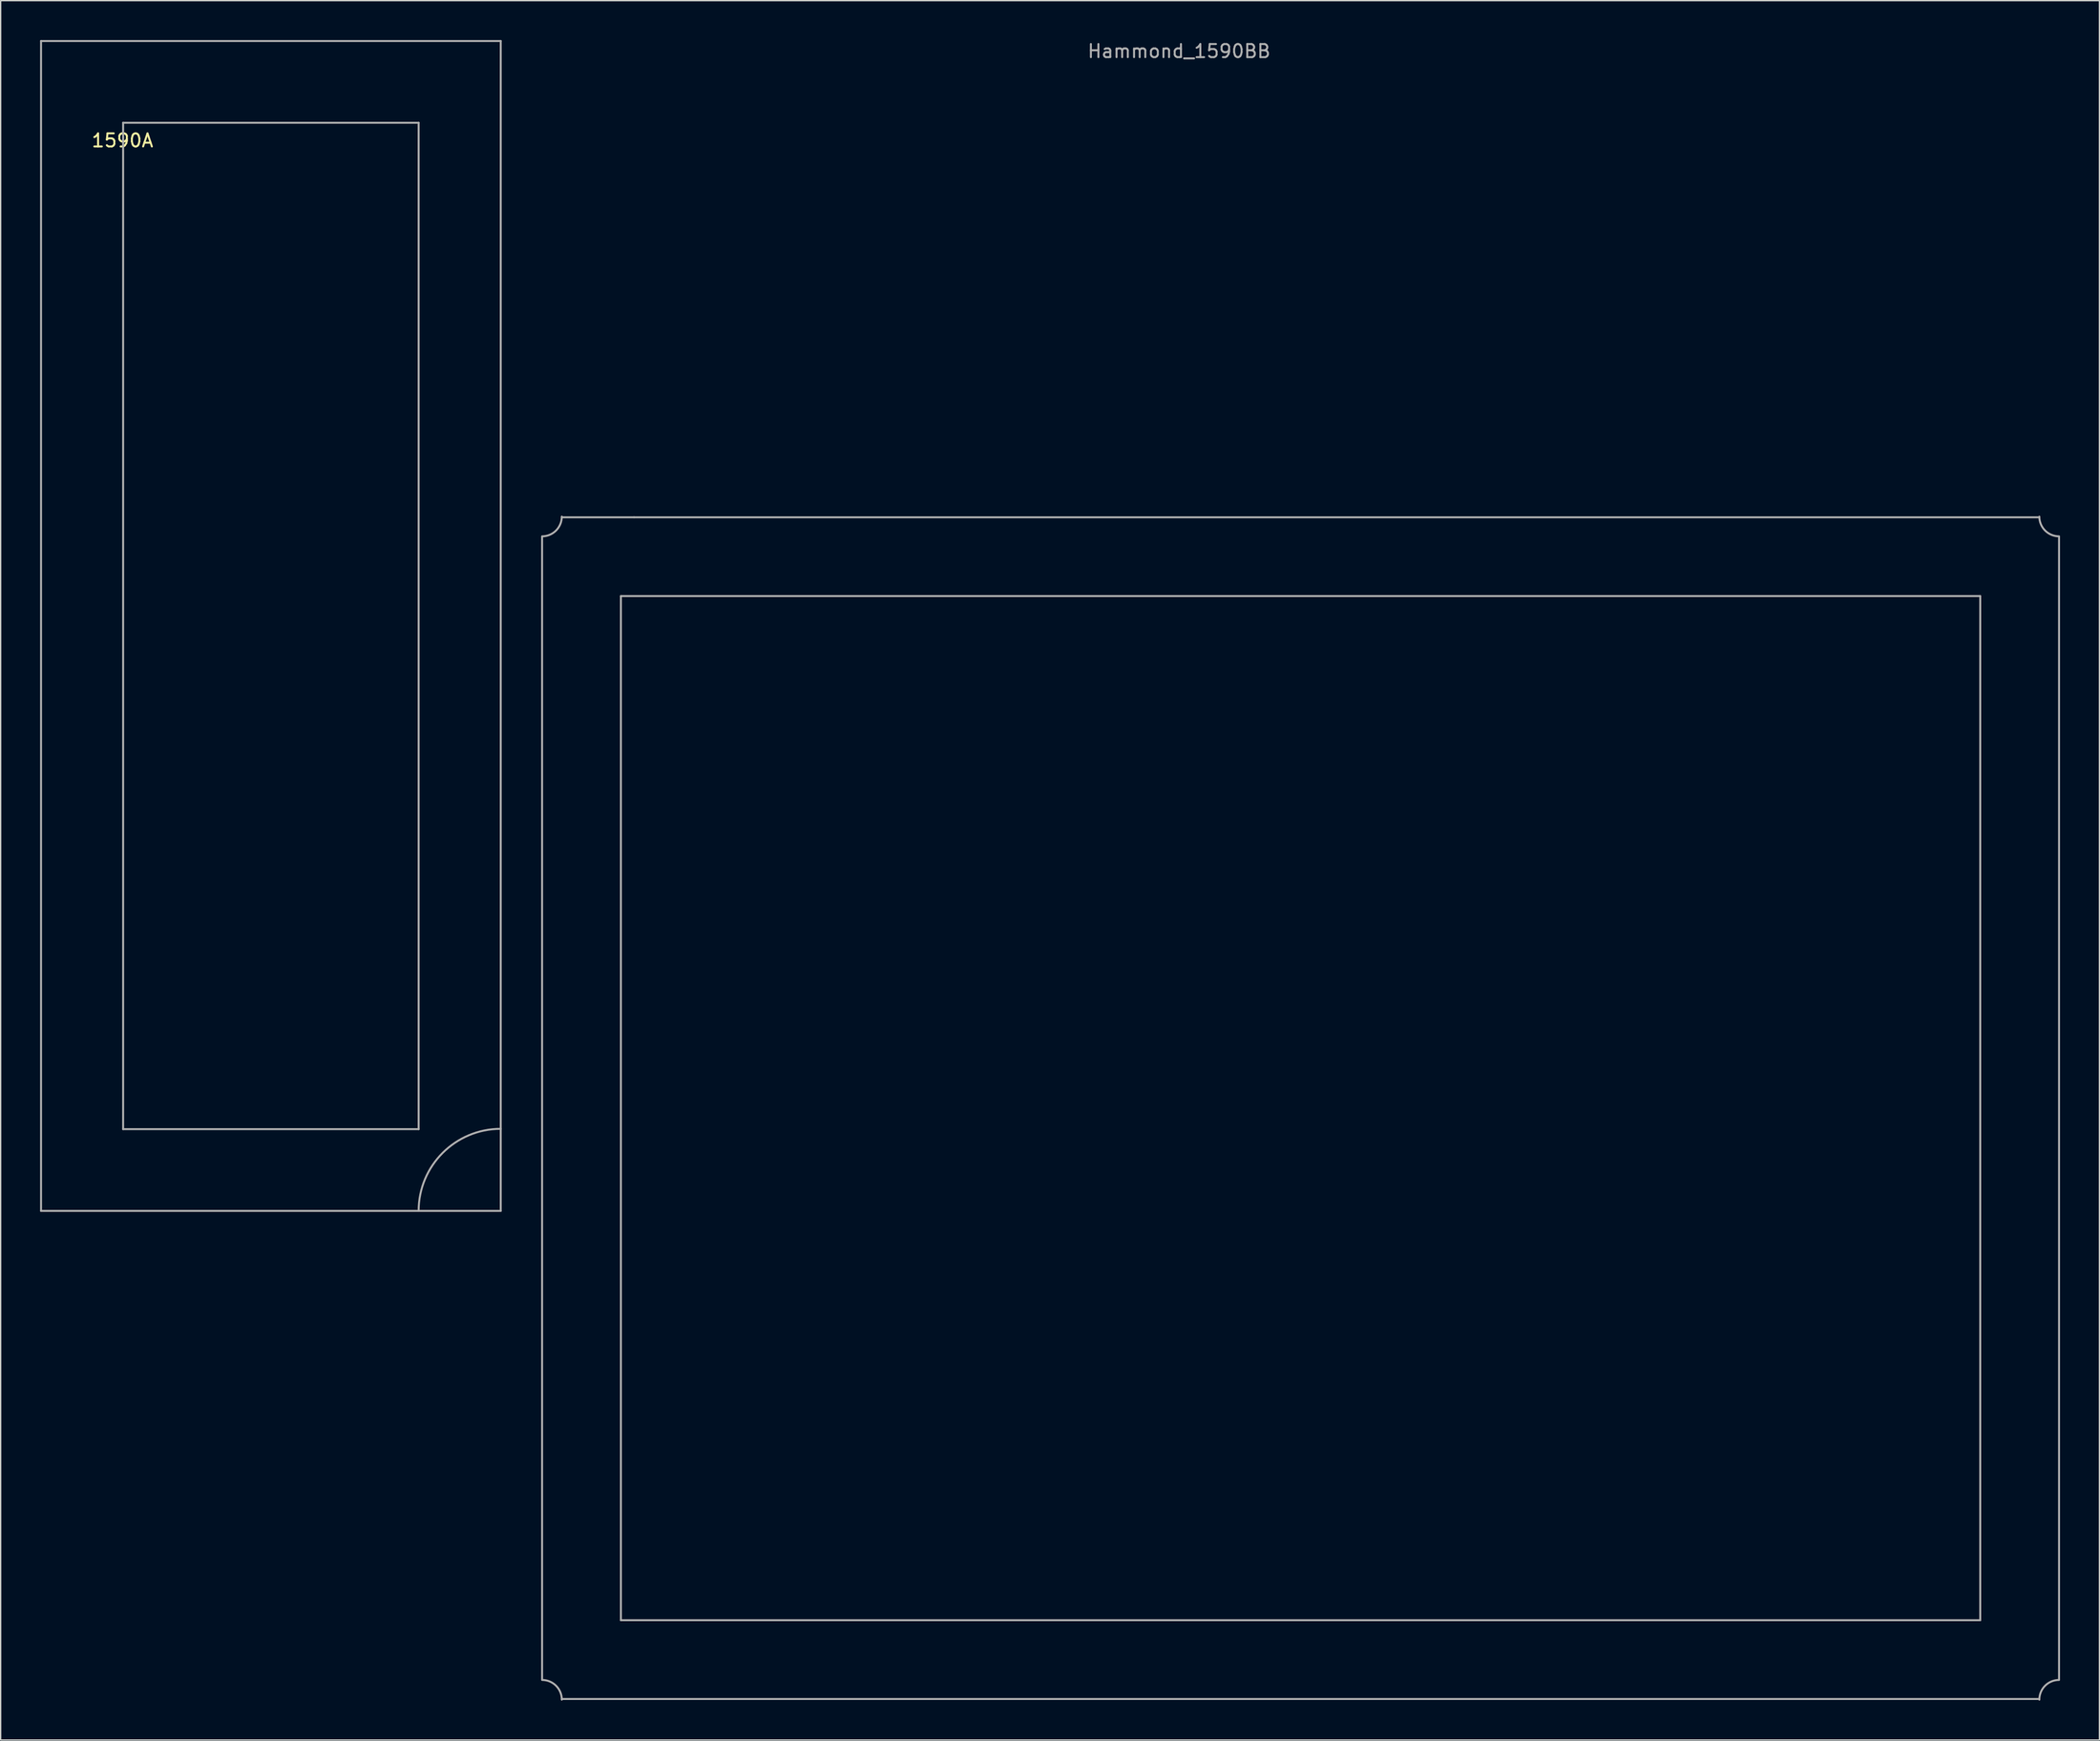
<source format=kicad_pcb>
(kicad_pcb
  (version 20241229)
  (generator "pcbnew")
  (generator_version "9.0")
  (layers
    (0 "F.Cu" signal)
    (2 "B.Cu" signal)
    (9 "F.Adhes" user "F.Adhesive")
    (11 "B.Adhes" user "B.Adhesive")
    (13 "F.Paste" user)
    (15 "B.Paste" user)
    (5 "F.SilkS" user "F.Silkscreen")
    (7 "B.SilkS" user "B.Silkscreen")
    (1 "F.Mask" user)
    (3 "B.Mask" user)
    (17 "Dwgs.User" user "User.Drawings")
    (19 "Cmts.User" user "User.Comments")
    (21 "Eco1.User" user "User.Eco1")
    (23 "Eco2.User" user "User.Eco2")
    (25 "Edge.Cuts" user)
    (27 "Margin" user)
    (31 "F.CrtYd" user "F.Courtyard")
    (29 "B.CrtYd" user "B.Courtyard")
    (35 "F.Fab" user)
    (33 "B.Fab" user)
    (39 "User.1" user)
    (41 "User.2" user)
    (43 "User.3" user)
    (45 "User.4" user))
  (footprint "1590A"
    (layer "F.Cu")
    (at 6.325 6.3)
    (property "Reference" "1590A" (at -0.05 1.35 0) (layer "F.SilkS") (effects (font (size 1 1) (thickness 0.15))))
    (attr through_hole)
    (fp_line (start -6.25 -6.225) (end 28.75 -6.225) (stroke (width 0.15) (type solid)) (layer "F.Fab"))
    (fp_line (start -6.25 82.875) (end -6.25 -6.225) (stroke (width 0.15) (type solid)) (layer "F.Fab"))
    (fp_line (start 0 0) (end 22.5 0) (stroke (width 0.15) (type solid)) (layer "F.Fab"))
    (fp_line (start 0 76.65) (end 0 0) (stroke (width 0.15) (type solid)) (layer "F.Fab"))
    (fp_line (start 22.5 0) (end 22.5 76.65) (stroke (width 0.15) (type solid)) (layer "F.Fab"))
    (fp_line (start 22.5 76.65) (end 0 76.65) (stroke (width 0.15) (type solid)) (layer "F.Fab"))
    (fp_line (start 28.75 -6.225) (end 28.75 82.875) (stroke (width 0.15) (type solid)) (layer "F.Fab"))
    (fp_line (start 28.75 82.875) (end -6.25 82.875) (stroke (width 0.15) (type solid)) (layer "F.Fab"))
    (fp_arc (start 22.5 82.875) (mid 24.330583 78.455583) (end 28.75 76.625) (stroke (width 0.15) (type solid)) (layer "F.Fab")))
  (footprint "Hammond_1590BB"
    (layer "F.Cu")
    (at 96.225 80.098)
    (property "Reference" "Hammond_1590BB" (at -9.5 -79.25 0) (layer "F.Fab") (effects (font (size 1 1) (thickness 0.15))))
    (attr through_hole)
    (fp_line (start -58 44.75) (end -58 -42.25) (stroke (width 0.15) (type solid)) (layer "F.Fab"))
    (fp_line (start -52 -37.75) (end -52 40.25) (stroke (width 0.15) (type solid)) (layer "F.Fab"))
    (fp_line (start -52 40.25) (end 51.5 40.25) (stroke (width 0.15) (type solid)) (layer "F.Fab"))
    (fp_line (start -51 -43.75) (end -56.5 -43.75) (stroke (width 0.15) (type solid)) (layer "F.Fab"))
    (fp_line (start 51.5 -37.75) (end -52 -37.75) (stroke (width 0.15) (type solid)) (layer "F.Fab"))
    (fp_line (start 51.5 40.25) (end 51.5 -37.75) (stroke (width 0.15) (type solid)) (layer "F.Fab"))
    (fp_line (start 56 -43.75) (end -51 -43.75) (stroke (width 0.15) (type solid)) (layer "F.Fab"))
    (fp_line (start 56 46.25) (end -56.5 46.25) (stroke (width 0.15) (type solid)) (layer "F.Fab"))
    (fp_line (start 57.5 44.75) (end 57.5 -42.25) (stroke (width 0.15) (type solid)) (layer "F.Fab"))
    (fp_arc (start -58 44.8) (mid -56.93934 45.23934) (end -56.5 46.3) (stroke (width 0.15) (type solid)) (layer "F.Fab"))
    (fp_arc (start -56.5 -43.8) (mid -56.93934 -42.73934) (end -58 -42.3) (stroke (width 0.15) (type solid)) (layer "F.Fab"))
    (fp_arc (start 56 46.3) (mid 56.43934 45.23934) (end 57.5 44.8) (stroke (width 0.15) (type solid)) (layer "F.Fab"))
    (fp_arc (start 57.5 -42.3) (mid 56.43934 -42.73934) (end 56 -43.8) (stroke (width 0.15) (type solid)) (layer "F.Fab")))
  (gr_rect
    (start -3 -3)
    (end 156.8 129.473)
    (stroke (width 0.1) (type default))
    (fill no)
    (layer "Edge.Cuts")))
</source>
